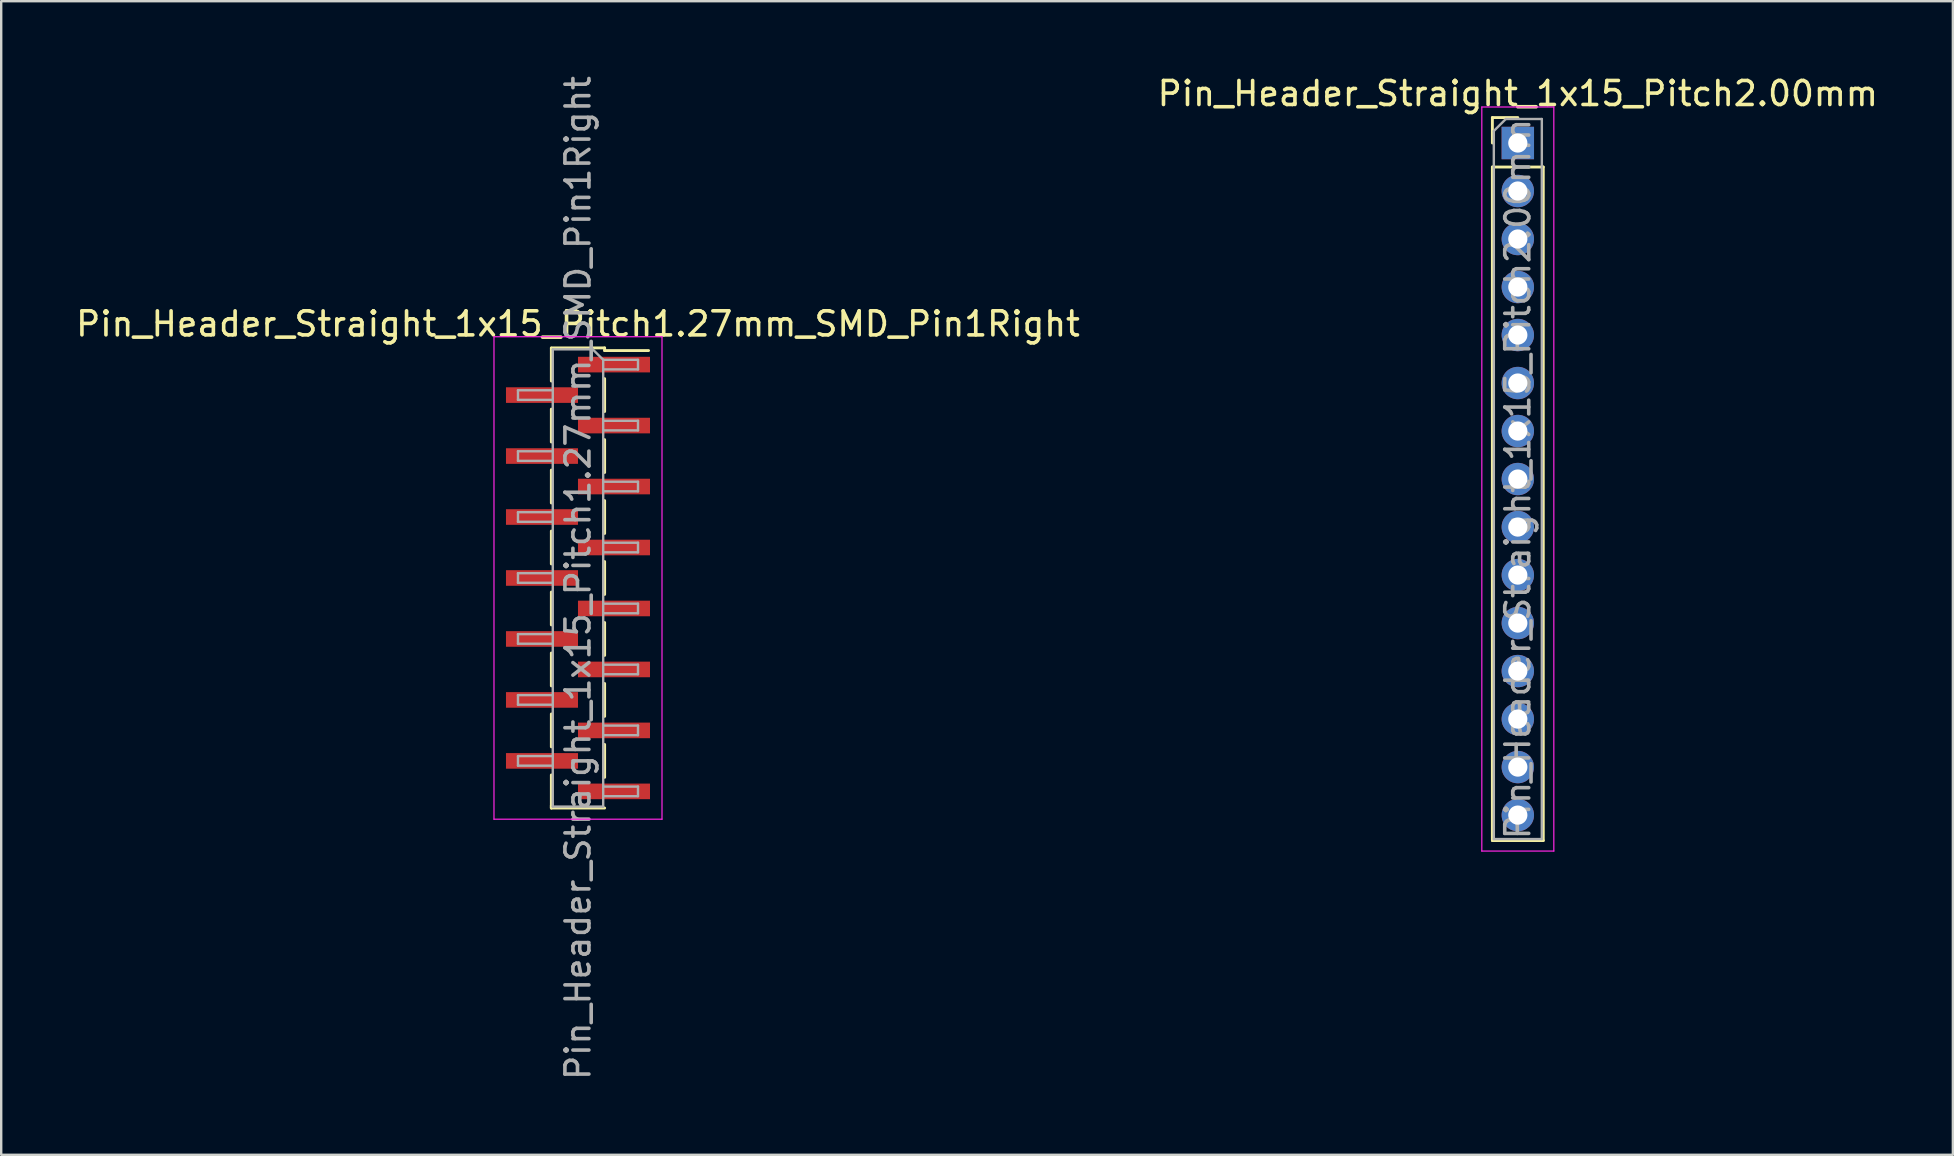
<source format=kicad_pcb>
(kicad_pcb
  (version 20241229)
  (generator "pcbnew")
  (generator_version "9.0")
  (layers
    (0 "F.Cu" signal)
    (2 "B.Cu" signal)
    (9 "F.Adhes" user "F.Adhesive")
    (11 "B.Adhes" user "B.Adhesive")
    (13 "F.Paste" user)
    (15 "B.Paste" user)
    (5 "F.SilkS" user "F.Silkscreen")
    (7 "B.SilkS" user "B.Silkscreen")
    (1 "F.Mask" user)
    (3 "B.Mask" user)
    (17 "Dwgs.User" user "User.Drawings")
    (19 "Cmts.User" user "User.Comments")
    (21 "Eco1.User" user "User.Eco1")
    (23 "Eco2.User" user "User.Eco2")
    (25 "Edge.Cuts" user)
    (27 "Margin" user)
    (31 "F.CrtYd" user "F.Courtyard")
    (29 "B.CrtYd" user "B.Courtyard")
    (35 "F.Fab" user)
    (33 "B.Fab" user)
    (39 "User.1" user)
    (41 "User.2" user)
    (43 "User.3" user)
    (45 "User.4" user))
  (footprint "Pin_Header_Straight_1x15_Pitch1.27mm_SMD_Pin1Right"
    (layer "F.Cu")
    (at 21.03 21.03)
    (property "Reference" "Pin_Header_Straight_1x15_Pitch1.27mm_SMD_Pin1Right" (at 0 -10.585 0) (layer "F.SilkS") (effects (font (size 1 1) (thickness 0.15))))
    (attr smd)
    (fp_line (start -1.11 -9.585) (end 1.11 -9.585) (stroke (width 0.12) (type solid)) (layer "F.SilkS"))
    (fp_line (start -1.11 -9.575) (end -1.11 -8.205) (stroke (width 0.12) (type solid)) (layer "F.SilkS"))
    (fp_line (start -1.11 -7.035) (end -1.11 -5.665) (stroke (width 0.12) (type solid)) (layer "F.SilkS"))
    (fp_line (start -1.11 -4.495) (end -1.11 -3.125) (stroke (width 0.12) (type solid)) (layer "F.SilkS"))
    (fp_line (start -1.11 -1.955) (end -1.11 -0.585) (stroke (width 0.12) (type solid)) (layer "F.SilkS"))
    (fp_line (start -1.11 0.585) (end -1.11 1.955) (stroke (width 0.12) (type solid)) (layer "F.SilkS"))
    (fp_line (start -1.11 3.125) (end -1.11 4.495) (stroke (width 0.12) (type solid)) (layer "F.SilkS"))
    (fp_line (start -1.11 5.665) (end -1.11 7.035) (stroke (width 0.12) (type solid)) (layer "F.SilkS"))
    (fp_line (start -1.11 8.205) (end -1.11 9.575) (stroke (width 0.12) (type solid)) (layer "F.SilkS"))
    (fp_line (start -1.11 9.475) (end -1.11 9.585) (stroke (width 0.12) (type solid)) (layer "F.SilkS"))
    (fp_line (start -1.11 9.585) (end 1.11 9.585) (stroke (width 0.12) (type solid)) (layer "F.SilkS"))
    (fp_line (start 1.11 -9.585) (end 1.11 -9.475) (stroke (width 0.12) (type solid)) (layer "F.SilkS"))
    (fp_line (start 1.11 -9.475) (end 2.94 -9.475) (stroke (width 0.12) (type solid)) (layer "F.SilkS"))
    (fp_line (start 1.11 -8.305) (end 1.11 -6.935) (stroke (width 0.12) (type solid)) (layer "F.SilkS"))
    (fp_line (start 1.11 -5.765) (end 1.11 -4.395) (stroke (width 0.12) (type solid)) (layer "F.SilkS"))
    (fp_line (start 1.11 -3.225) (end 1.11 -1.855) (stroke (width 0.12) (type solid)) (layer "F.SilkS"))
    (fp_line (start 1.11 -0.685) (end 1.11 0.685) (stroke (width 0.12) (type solid)) (layer "F.SilkS"))
    (fp_line (start 1.11 1.855) (end 1.11 3.225) (stroke (width 0.12) (type solid)) (layer "F.SilkS"))
    (fp_line (start 1.11 4.395) (end 1.11 5.765) (stroke (width 0.12) (type solid)) (layer "F.SilkS"))
    (fp_line (start 1.11 6.935) (end 1.11 8.305) (stroke (width 0.12) (type solid)) (layer "F.SilkS"))
    (fp_line (start -3.5 -10.05) (end -3.5 10.05) (stroke (width 0.05) (type solid)) (layer "F.CrtYd"))
    (fp_line (start -3.5 10.05) (end 3.5 10.05) (stroke (width 0.05) (type solid)) (layer "F.CrtYd"))
    (fp_line (start 3.5 -10.05) (end -3.5 -10.05) (stroke (width 0.05) (type solid)) (layer "F.CrtYd"))
    (fp_line (start 3.5 10.05) (end 3.5 -10.05) (stroke (width 0.05) (type solid)) (layer "F.CrtYd"))
    (fp_line (start -2.5 -7.82) (end -2.5 -7.42) (stroke (width 0.1) (type solid)) (layer "F.Fab"))
    (fp_line (start -2.5 -7.42) (end -1.05 -7.42) (stroke (width 0.1) (type solid)) (layer "F.Fab"))
    (fp_line (start -2.5 -5.28) (end -2.5 -4.88) (stroke (width 0.1) (type solid)) (layer "F.Fab"))
    (fp_line (start -2.5 -4.88) (end -1.05 -4.88) (stroke (width 0.1) (type solid)) (layer "F.Fab"))
    (fp_line (start -2.5 -2.74) (end -2.5 -2.34) (stroke (width 0.1) (type solid)) (layer "F.Fab"))
    (fp_line (start -2.5 -2.34) (end -1.05 -2.34) (stroke (width 0.1) (type solid)) (layer "F.Fab"))
    (fp_line (start -2.5 -0.2) (end -2.5 0.2) (stroke (width 0.1) (type solid)) (layer "F.Fab"))
    (fp_line (start -2.5 0.2) (end -1.05 0.2) (stroke (width 0.1) (type solid)) (layer "F.Fab"))
    (fp_line (start -2.5 2.34) (end -2.5 2.74) (stroke (width 0.1) (type solid)) (layer "F.Fab"))
    (fp_line (start -2.5 2.74) (end -1.05 2.74) (stroke (width 0.1) (type solid)) (layer "F.Fab"))
    (fp_line (start -2.5 4.88) (end -2.5 5.28) (stroke (width 0.1) (type solid)) (layer "F.Fab"))
    (fp_line (start -2.5 5.28) (end -1.05 5.28) (stroke (width 0.1) (type solid)) (layer "F.Fab"))
    (fp_line (start -2.5 7.42) (end -2.5 7.82) (stroke (width 0.1) (type solid)) (layer "F.Fab"))
    (fp_line (start -2.5 7.82) (end -1.05 7.82) (stroke (width 0.1) (type solid)) (layer "F.Fab"))
    (fp_line (start -1.05 -9.525) (end -1.05 9.525) (stroke (width 0.1) (type solid)) (layer "F.Fab"))
    (fp_line (start -1.05 -9.525) (end 0.615 -9.525) (stroke (width 0.1) (type solid)) (layer "F.Fab"))
    (fp_line (start -1.05 -7.82) (end -2.5 -7.82) (stroke (width 0.1) (type solid)) (layer "F.Fab"))
    (fp_line (start -1.05 -5.28) (end -2.5 -5.28) (stroke (width 0.1) (type solid)) (layer "F.Fab"))
    (fp_line (start -1.05 -2.74) (end -2.5 -2.74) (stroke (width 0.1) (type solid)) (layer "F.Fab"))
    (fp_line (start -1.05 -0.2) (end -2.5 -0.2) (stroke (width 0.1) (type solid)) (layer "F.Fab"))
    (fp_line (start -1.05 2.34) (end -2.5 2.34) (stroke (width 0.1) (type solid)) (layer "F.Fab"))
    (fp_line (start -1.05 4.88) (end -2.5 4.88) (stroke (width 0.1) (type solid)) (layer "F.Fab"))
    (fp_line (start -1.05 7.42) (end -2.5 7.42) (stroke (width 0.1) (type solid)) (layer "F.Fab"))
    (fp_line (start 1.05 -9.09) (end 0.615 -9.525) (stroke (width 0.1) (type solid)) (layer "F.Fab"))
    (fp_line (start 1.05 -9.09) (end 2.5 -9.09) (stroke (width 0.1) (type solid)) (layer "F.Fab"))
    (fp_line (start 1.05 -6.55) (end 2.5 -6.55) (stroke (width 0.1) (type solid)) (layer "F.Fab"))
    (fp_line (start 1.05 -4.01) (end 2.5 -4.01) (stroke (width 0.1) (type solid)) (layer "F.Fab"))
    (fp_line (start 1.05 -1.47) (end 2.5 -1.47) (stroke (width 0.1) (type solid)) (layer "F.Fab"))
    (fp_line (start 1.05 1.07) (end 2.5 1.07) (stroke (width 0.1) (type solid)) (layer "F.Fab"))
    (fp_line (start 1.05 3.61) (end 2.5 3.61) (stroke (width 0.1) (type solid)) (layer "F.Fab"))
    (fp_line (start 1.05 6.15) (end 2.5 6.15) (stroke (width 0.1) (type solid)) (layer "F.Fab"))
    (fp_line (start 1.05 8.69) (end 2.5 8.69) (stroke (width 0.1) (type solid)) (layer "F.Fab"))
    (fp_line (start 1.05 9.525) (end -1.05 9.525) (stroke (width 0.1) (type solid)) (layer "F.Fab"))
    (fp_line (start 1.05 9.525) (end 1.05 -9.09) (stroke (width 0.1) (type solid)) (layer "F.Fab"))
    (fp_line (start 2.5 -9.09) (end 2.5 -8.69) (stroke (width 0.1) (type solid)) (layer "F.Fab"))
    (fp_line (start 2.5 -8.69) (end 1.05 -8.69) (stroke (width 0.1) (type solid)) (layer "F.Fab"))
    (fp_line (start 2.5 -6.55) (end 2.5 -6.15) (stroke (width 0.1) (type solid)) (layer "F.Fab"))
    (fp_line (start 2.5 -6.15) (end 1.05 -6.15) (stroke (width 0.1) (type solid)) (layer "F.Fab"))
    (fp_line (start 2.5 -4.01) (end 2.5 -3.61) (stroke (width 0.1) (type solid)) (layer "F.Fab"))
    (fp_line (start 2.5 -3.61) (end 1.05 -3.61) (stroke (width 0.1) (type solid)) (layer "F.Fab"))
    (fp_line (start 2.5 -1.47) (end 2.5 -1.07) (stroke (width 0.1) (type solid)) (layer "F.Fab"))
    (fp_line (start 2.5 -1.07) (end 1.05 -1.07) (stroke (width 0.1) (type solid)) (layer "F.Fab"))
    (fp_line (start 2.5 1.07) (end 2.5 1.47) (stroke (width 0.1) (type solid)) (layer "F.Fab"))
    (fp_line (start 2.5 1.47) (end 1.05 1.47) (stroke (width 0.1) (type solid)) (layer "F.Fab"))
    (fp_line (start 2.5 3.61) (end 2.5 4.01) (stroke (width 0.1) (type solid)) (layer "F.Fab"))
    (fp_line (start 2.5 4.01) (end 1.05 4.01) (stroke (width 0.1) (type solid)) (layer "F.Fab"))
    (fp_line (start 2.5 6.15) (end 2.5 6.55) (stroke (width 0.1) (type solid)) (layer "F.Fab"))
    (fp_line (start 2.5 6.55) (end 1.05 6.55) (stroke (width 0.1) (type solid)) (layer "F.Fab"))
    (fp_line (start 2.5 8.69) (end 2.5 9.09) (stroke (width 0.1) (type solid)) (layer "F.Fab"))
    (fp_line (start 2.5 9.09) (end 1.05 9.09) (stroke (width 0.1) (type solid)) (layer "F.Fab"))
    (fp_text user "${REFERENCE}" (at 0 0 90) (layer "F.Fab") (effects (font (size 1 1) (thickness 0.15))))
    (pad "1" smd rect (at 1.5 -8.89) (size 3 0.65) (layers "F.Cu" "F.Mask" "F.Paste"))
    (pad "2" smd rect (at -1.5 -7.62) (size 3 0.65) (layers "F.Cu" "F.Mask" "F.Paste"))
    (pad "3" smd rect (at 1.5 -6.35) (size 3 0.65) (layers "F.Cu" "F.Mask" "F.Paste"))
    (pad "4" smd rect (at -1.5 -5.08) (size 3 0.65) (layers "F.Cu" "F.Mask" "F.Paste"))
    (pad "5" smd rect (at 1.5 -3.81) (size 3 0.65) (layers "F.Cu" "F.Mask" "F.Paste"))
    (pad "6" smd rect (at -1.5 -2.54) (size 3 0.65) (layers "F.Cu" "F.Mask" "F.Paste"))
    (pad "7" smd rect (at 1.5 -1.27) (size 3 0.65) (layers "F.Cu" "F.Mask" "F.Paste"))
    (pad "8" smd rect (at -1.5 0) (size 3 0.65) (layers "F.Cu" "F.Mask" "F.Paste"))
    (pad "9" smd rect (at 1.5 1.27) (size 3 0.65) (layers "F.Cu" "F.Mask" "F.Paste"))
    (pad "10" smd rect (at -1.5 2.54) (size 3 0.65) (layers "F.Cu" "F.Mask" "F.Paste"))
    (pad "11" smd rect (at 1.5 3.81) (size 3 0.65) (layers "F.Cu" "F.Mask" "F.Paste"))
    (pad "12" smd rect (at -1.5 5.08) (size 3 0.65) (layers "F.Cu" "F.Mask" "F.Paste"))
    (pad "13" smd rect (at 1.5 6.35) (size 3 0.65) (layers "F.Cu" "F.Mask" "F.Paste"))
    (pad "14" smd rect (at -1.5 7.62) (size 3 0.65) (layers "F.Cu" "F.Mask" "F.Paste"))
    (pad "15" smd rect (at 1.5 8.89) (size 3 0.65) (layers "F.Cu" "F.Mask" "F.Paste")))
  (footprint "Pin_Header_Straight_1x15_Pitch2.00mm"
    (layer "F.Cu")
    (at 60.185 2.908)
    (property "Reference" "Pin_Header_Straight_1x15_Pitch2.00mm" (at 0 -2.06 0) (layer "F.SilkS") (effects (font (size 1 1) (thickness 0.15))))
    (attr through_hole)
    (fp_line (start -1.06 -1.06) (end 0 -1.06) (stroke (width 0.12) (type solid)) (layer "F.SilkS"))
    (fp_line (start -1.06 0) (end -1.06 -1.06) (stroke (width 0.12) (type solid)) (layer "F.SilkS"))
    (fp_line (start -1.06 1) (end -1.06 29.06) (stroke (width 0.12) (type solid)) (layer "F.SilkS"))
    (fp_line (start -1.06 1) (end 1.06 1) (stroke (width 0.12) (type solid)) (layer "F.SilkS"))
    (fp_line (start -1.06 29.06) (end 1.06 29.06) (stroke (width 0.12) (type solid)) (layer "F.SilkS"))
    (fp_line (start 1.06 1) (end 1.06 29.06) (stroke (width 0.12) (type solid)) (layer "F.SilkS"))
    (fp_line (start -1.5 -1.5) (end -1.5 29.5) (stroke (width 0.05) (type solid)) (layer "F.CrtYd"))
    (fp_line (start -1.5 29.5) (end 1.5 29.5) (stroke (width 0.05) (type solid)) (layer "F.CrtYd"))
    (fp_line (start 1.5 -1.5) (end -1.5 -1.5) (stroke (width 0.05) (type solid)) (layer "F.CrtYd"))
    (fp_line (start 1.5 29.5) (end 1.5 -1.5) (stroke (width 0.05) (type solid)) (layer "F.CrtYd"))
    (fp_line (start -1 -0.5) (end -0.5 -1) (stroke (width 0.1) (type solid)) (layer "F.Fab"))
    (fp_line (start -1 29) (end -1 -0.5) (stroke (width 0.1) (type solid)) (layer "F.Fab"))
    (fp_line (start -0.5 -1) (end 1 -1) (stroke (width 0.1) (type solid)) (layer "F.Fab"))
    (fp_line (start 1 -1) (end 1 29) (stroke (width 0.1) (type solid)) (layer "F.Fab"))
    (fp_line (start 1 29) (end -1 29) (stroke (width 0.1) (type solid)) (layer "F.Fab"))
    (fp_text user "${REFERENCE}" (at 0 14 90) (layer "F.Fab") (effects (font (size 1 1) (thickness 0.15))))
    (pad "1" thru_hole rect (at 0 0) (size 1.35 1.35) (drill 0.8) (layers "*.Cu" "*.Mask"))
    (pad "2" thru_hole oval (at 0 2) (size 1.35 1.35) (drill 0.8) (layers "*.Cu" "*.Mask"))
    (pad "3" thru_hole oval (at 0 4) (size 1.35 1.35) (drill 0.8) (layers "*.Cu" "*.Mask"))
    (pad "4" thru_hole oval (at 0 6) (size 1.35 1.35) (drill 0.8) (layers "*.Cu" "*.Mask"))
    (pad "5" thru_hole oval (at 0 8) (size 1.35 1.35) (drill 0.8) (layers "*.Cu" "*.Mask"))
    (pad "6" thru_hole oval (at 0 10) (size 1.35 1.35) (drill 0.8) (layers "*.Cu" "*.Mask"))
    (pad "7" thru_hole oval (at 0 12) (size 1.35 1.35) (drill 0.8) (layers "*.Cu" "*.Mask"))
    (pad "8" thru_hole oval (at 0 14) (size 1.35 1.35) (drill 0.8) (layers "*.Cu" "*.Mask"))
    (pad "9" thru_hole oval (at 0 16) (size 1.35 1.35) (drill 0.8) (layers "*.Cu" "*.Mask"))
    (pad "10" thru_hole oval (at 0 18) (size 1.35 1.35) (drill 0.8) (layers "*.Cu" "*.Mask"))
    (pad "11" thru_hole oval (at 0 20) (size 1.35 1.35) (drill 0.8) (layers "*.Cu" "*.Mask"))
    (pad "12" thru_hole oval (at 0 22) (size 1.35 1.35) (drill 0.8) (layers "*.Cu" "*.Mask"))
    (pad "13" thru_hole oval (at 0 24) (size 1.35 1.35) (drill 0.8) (layers "*.Cu" "*.Mask"))
    (pad "14" thru_hole oval (at 0 26) (size 1.35 1.35) (drill 0.8) (layers "*.Cu" "*.Mask"))
    (pad "15" thru_hole oval (at 0 28) (size 1.35 1.35) (drill 0.8) (layers "*.Cu" "*.Mask")))
  (gr_rect
    (start -3 -3)
    (end 78.31 45.06)
    (stroke (width 0.1) (type default))
    (fill no)
    (layer "Edge.Cuts")))
</source>
